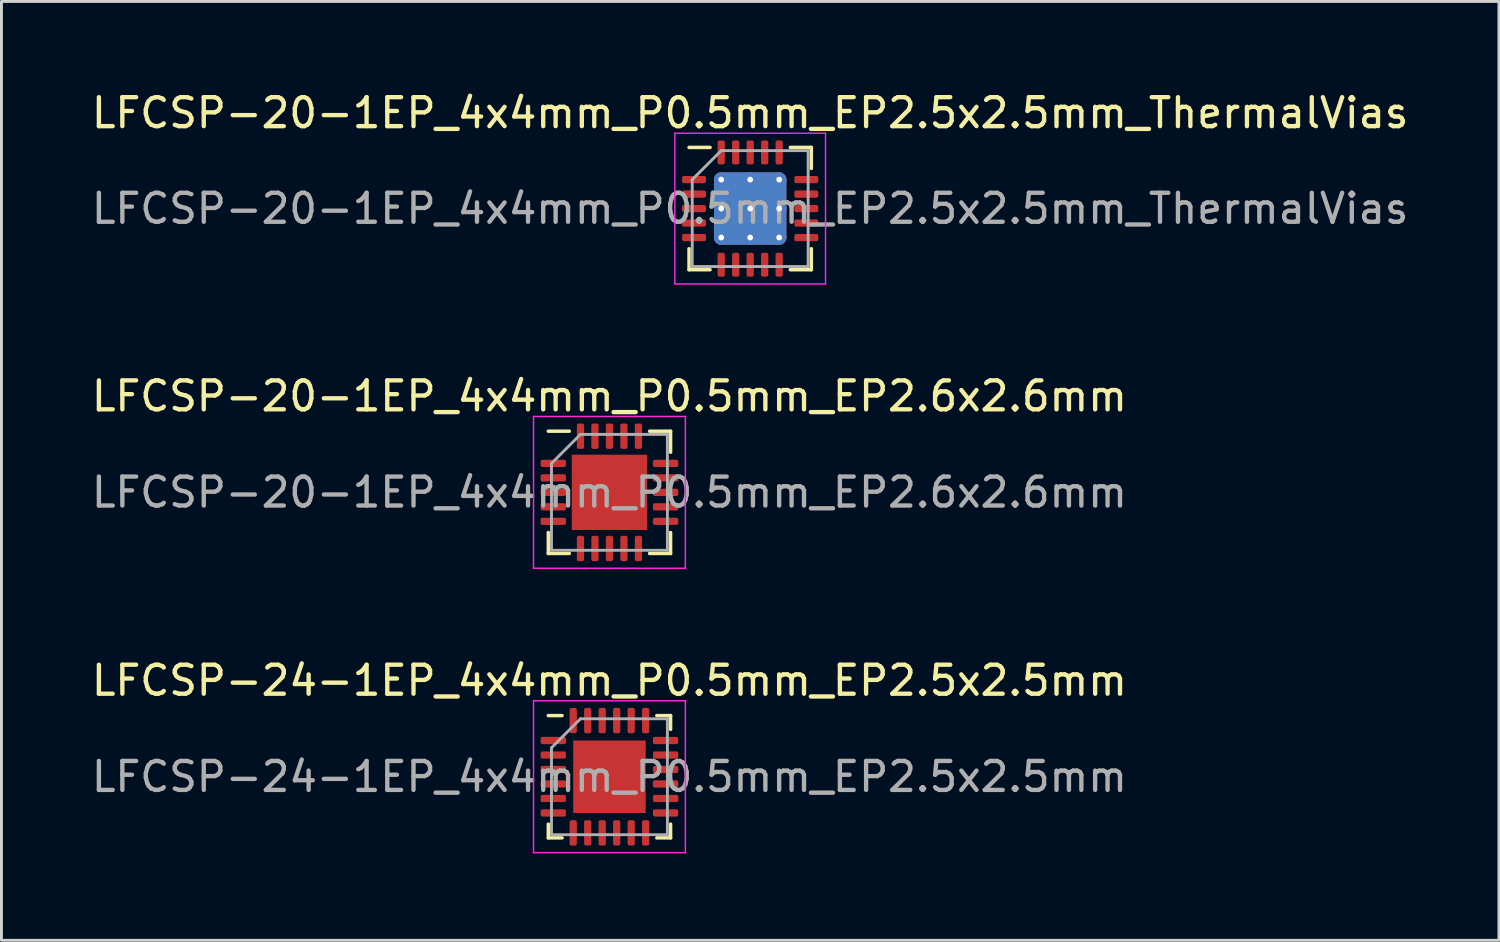
<source format=kicad_pcb>
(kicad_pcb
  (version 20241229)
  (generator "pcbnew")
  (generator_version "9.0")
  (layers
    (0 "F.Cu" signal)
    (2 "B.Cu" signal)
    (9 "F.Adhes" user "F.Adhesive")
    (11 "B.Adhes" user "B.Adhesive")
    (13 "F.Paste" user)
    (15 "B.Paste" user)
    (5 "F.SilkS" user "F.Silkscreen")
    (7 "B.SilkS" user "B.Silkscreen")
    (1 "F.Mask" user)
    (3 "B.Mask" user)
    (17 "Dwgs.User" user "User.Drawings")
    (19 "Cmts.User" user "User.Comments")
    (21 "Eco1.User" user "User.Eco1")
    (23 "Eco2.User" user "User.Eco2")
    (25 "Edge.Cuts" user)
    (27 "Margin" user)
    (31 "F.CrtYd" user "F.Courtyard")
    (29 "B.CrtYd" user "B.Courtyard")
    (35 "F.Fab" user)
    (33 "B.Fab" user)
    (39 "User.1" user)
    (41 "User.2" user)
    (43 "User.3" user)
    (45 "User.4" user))
  (footprint "LFCSP-20-1EP_4x4mm_P0.5mm_EP2.5x2.5mm_ThermalVias"
    (layer "F.Cu")
    (at 22.839 4.148)
    (property "Reference" "LFCSP-20-1EP_4x4mm_P0.5mm_EP2.5x2.5mm_ThermalVias" (at 0 -3.3 0) (layer "F.SilkS") (effects (font (size 1 1) (thickness 0.15))))
    (attr smd)
    (fp_line (start -2.11 2.11) (end -2.11 1.385) (stroke (width 0.12) (type solid)) (layer "F.SilkS"))
    (fp_line (start -1.385 -2.11) (end -2.11 -2.11) (stroke (width 0.12) (type solid)) (layer "F.SilkS"))
    (fp_line (start -1.385 2.11) (end -2.11 2.11) (stroke (width 0.12) (type solid)) (layer "F.SilkS"))
    (fp_line (start 1.385 -2.11) (end 2.11 -2.11) (stroke (width 0.12) (type solid)) (layer "F.SilkS"))
    (fp_line (start 1.385 2.11) (end 2.11 2.11) (stroke (width 0.12) (type solid)) (layer "F.SilkS"))
    (fp_line (start 2.11 -2.11) (end 2.11 -1.385) (stroke (width 0.12) (type solid)) (layer "F.SilkS"))
    (fp_line (start 2.11 2.11) (end 2.11 1.385) (stroke (width 0.12) (type solid)) (layer "F.SilkS"))
    (fp_line (start -2.6 -2.6) (end -2.6 2.6) (stroke (width 0.05) (type solid)) (layer "F.CrtYd"))
    (fp_line (start -2.6 2.6) (end 2.6 2.6) (stroke (width 0.05) (type solid)) (layer "F.CrtYd"))
    (fp_line (start 2.6 -2.6) (end -2.6 -2.6) (stroke (width 0.05) (type solid)) (layer "F.CrtYd"))
    (fp_line (start 2.6 2.6) (end 2.6 -2.6) (stroke (width 0.05) (type solid)) (layer "F.CrtYd"))
    (fp_line (start -2 -1) (end -1 -2) (stroke (width 0.1) (type solid)) (layer "F.Fab"))
    (fp_line (start -2 2) (end -2 -1) (stroke (width 0.1) (type solid)) (layer "F.Fab"))
    (fp_line (start -1 -2) (end 2 -2) (stroke (width 0.1) (type solid)) (layer "F.Fab"))
    (fp_line (start 2 -2) (end 2 2) (stroke (width 0.1) (type solid)) (layer "F.Fab"))
    (fp_line (start 2 2) (end -2 2) (stroke (width 0.1) (type solid)) (layer "F.Fab"))
    (fp_text user "${REFERENCE}" (at 0 0 0) (layer "F.Fab") (effects (font (size 1 1) (thickness 0.15))))
    (pad "" smd roundrect (at -0.625 -0.625) (size 1.08 1.08) (layers "F.Paste") (roundrect_rratio 0.231))
    (pad "" smd roundrect (at -0.625 0.625) (size 1.08 1.08) (layers "F.Paste") (roundrect_rratio 0.231))
    (pad "" smd roundrect (at 0.625 -0.625) (size 1.08 1.08) (layers "F.Paste") (roundrect_rratio 0.231))
    (pad "" smd roundrect (at 0.625 0.625) (size 1.08 1.08) (layers "F.Paste") (roundrect_rratio 0.231))
    (pad "1" smd roundrect (at -1.938 -1) (size 0.825 0.25) (layers "F.Cu" "F.Mask" "F.Paste") (roundrect_rratio 0.25))
    (pad "2" smd roundrect (at -1.938 -0.5) (size 0.825 0.25) (layers "F.Cu" "F.Mask" "F.Paste") (roundrect_rratio 0.25))
    (pad "3" smd roundrect (at -1.938 0) (size 0.825 0.25) (layers "F.Cu" "F.Mask" "F.Paste") (roundrect_rratio 0.25))
    (pad "4" smd roundrect (at -1.938 0.5) (size 0.825 0.25) (layers "F.Cu" "F.Mask" "F.Paste") (roundrect_rratio 0.25))
    (pad "5" smd roundrect (at -1.938 1) (size 0.825 0.25) (layers "F.Cu" "F.Mask" "F.Paste") (roundrect_rratio 0.25))
    (pad "6" smd roundrect (at -1 1.938) (size 0.25 0.825) (layers "F.Cu" "F.Mask" "F.Paste") (roundrect_rratio 0.25))
    (pad "7" smd roundrect (at -0.5 1.938) (size 0.25 0.825) (layers "F.Cu" "F.Mask" "F.Paste") (roundrect_rratio 0.25))
    (pad "8" smd roundrect (at 0 1.938) (size 0.25 0.825) (layers "F.Cu" "F.Mask" "F.Paste") (roundrect_rratio 0.25))
    (pad "9" smd roundrect (at 0.5 1.938) (size 0.25 0.825) (layers "F.Cu" "F.Mask" "F.Paste") (roundrect_rratio 0.25))
    (pad "10" smd roundrect (at 1 1.938) (size 0.25 0.825) (layers "F.Cu" "F.Mask" "F.Paste") (roundrect_rratio 0.25))
    (pad "11" smd roundrect (at 1.938 1) (size 0.825 0.25) (layers "F.Cu" "F.Mask" "F.Paste") (roundrect_rratio 0.25))
    (pad "12" smd roundrect (at 1.938 0.5) (size 0.825 0.25) (layers "F.Cu" "F.Mask" "F.Paste") (roundrect_rratio 0.25))
    (pad "13" smd roundrect (at 1.938 0) (size 0.825 0.25) (layers "F.Cu" "F.Mask" "F.Paste") (roundrect_rratio 0.25))
    (pad "14" smd roundrect (at 1.938 -0.5) (size 0.825 0.25) (layers "F.Cu" "F.Mask" "F.Paste") (roundrect_rratio 0.25))
    (pad "15" smd roundrect (at 1.938 -1) (size 0.825 0.25) (layers "F.Cu" "F.Mask" "F.Paste") (roundrect_rratio 0.25))
    (pad "16" smd roundrect (at 1 -1.938) (size 0.25 0.825) (layers "F.Cu" "F.Mask" "F.Paste") (roundrect_rratio 0.25))
    (pad "17" smd roundrect (at 0.5 -1.938) (size 0.25 0.825) (layers "F.Cu" "F.Mask" "F.Paste") (roundrect_rratio 0.25))
    (pad "18" smd roundrect (at 0 -1.938) (size 0.25 0.825) (layers "F.Cu" "F.Mask" "F.Paste") (roundrect_rratio 0.25))
    (pad "19" smd roundrect (at -0.5 -1.938) (size 0.25 0.825) (layers "F.Cu" "F.Mask" "F.Paste") (roundrect_rratio 0.25))
    (pad "20" smd roundrect (at -1 -1.938) (size 0.25 0.825) (layers "F.Cu" "F.Mask" "F.Paste") (roundrect_rratio 0.25))
    (pad "21" thru_hole circle (at -1 -1) (size 0.5 0.5) (drill 0.2) (layers "*.Cu"))
    (pad "21" thru_hole circle (at -1 0) (size 0.5 0.5) (drill 0.2) (layers "*.Cu"))
    (pad "21" thru_hole circle (at -1 1) (size 0.5 0.5) (drill 0.2) (layers "*.Cu"))
    (pad "21" thru_hole circle (at 0 -1) (size 0.5 0.5) (drill 0.2) (layers "*.Cu"))
    (pad "21" thru_hole circle (at 0 0) (size 0.5 0.5) (drill 0.2) (layers "*.Cu"))
    (pad "21" smd roundrect (at 0 0) (size 2.5 2.5) (layers "F.Cu" "F.Mask") (roundrect_rratio 0.1))
    (pad "21" smd roundrect (at 0 0) (size 2.5 2.5) (layers "B.Cu") (roundrect_rratio 0.1))
    (pad "21" thru_hole circle (at 0 1) (size 0.5 0.5) (drill 0.2) (layers "*.Cu"))
    (pad "21" thru_hole circle (at 1 -1) (size 0.5 0.5) (drill 0.2) (layers "*.Cu"))
    (pad "21" thru_hole circle (at 1 0) (size 0.5 0.5) (drill 0.2) (layers "*.Cu"))
    (pad "21" thru_hole circle (at 1 1) (size 0.5 0.5) (drill 0.2) (layers "*.Cu")))
  (footprint "LFCSP-20-1EP_4x4mm_P0.5mm_EP2.6x2.6mm"
    (layer "F.Cu")
    (at 17.982 13.941)
    (property "Reference" "LFCSP-20-1EP_4x4mm_P0.5mm_EP2.6x2.6mm" (at 0 -3.32 0) (layer "F.SilkS") (effects (font (size 1 1) (thickness 0.15))))
    (attr smd)
    (fp_line (start -2.11 2.11) (end -2.11 1.385) (stroke (width 0.12) (type solid)) (layer "F.SilkS"))
    (fp_line (start -1.385 -2.11) (end -2.11 -2.11) (stroke (width 0.12) (type solid)) (layer "F.SilkS"))
    (fp_line (start -1.385 2.11) (end -2.11 2.11) (stroke (width 0.12) (type solid)) (layer "F.SilkS"))
    (fp_line (start 1.385 -2.11) (end 2.11 -2.11) (stroke (width 0.12) (type solid)) (layer "F.SilkS"))
    (fp_line (start 1.385 2.11) (end 2.11 2.11) (stroke (width 0.12) (type solid)) (layer "F.SilkS"))
    (fp_line (start 2.11 -2.11) (end 2.11 -1.385) (stroke (width 0.12) (type solid)) (layer "F.SilkS"))
    (fp_line (start 2.11 2.11) (end 2.11 1.385) (stroke (width 0.12) (type solid)) (layer "F.SilkS"))
    (fp_line (start -2.62 -2.62) (end -2.62 2.62) (stroke (width 0.05) (type solid)) (layer "F.CrtYd"))
    (fp_line (start -2.62 2.62) (end 2.62 2.62) (stroke (width 0.05) (type solid)) (layer "F.CrtYd"))
    (fp_line (start 2.62 -2.62) (end -2.62 -2.62) (stroke (width 0.05) (type solid)) (layer "F.CrtYd"))
    (fp_line (start 2.62 2.62) (end 2.62 -2.62) (stroke (width 0.05) (type solid)) (layer "F.CrtYd"))
    (fp_line (start -2 -1) (end -1 -2) (stroke (width 0.1) (type solid)) (layer "F.Fab"))
    (fp_line (start -2 2) (end -2 -1) (stroke (width 0.1) (type solid)) (layer "F.Fab"))
    (fp_line (start -1 -2) (end 2 -2) (stroke (width 0.1) (type solid)) (layer "F.Fab"))
    (fp_line (start 2 -2) (end 2 2) (stroke (width 0.1) (type solid)) (layer "F.Fab"))
    (fp_line (start 2 2) (end -2 2) (stroke (width 0.1) (type solid)) (layer "F.Fab"))
    (fp_text user "${REFERENCE}" (at 0 0 0) (layer "F.Fab") (effects (font (size 1 1) (thickness 0.15))))
    (pad "" smd roundrect (at -0.65 -0.65) (size 1.05 1.05) (layers "F.Paste") (roundrect_rratio 0.238))
    (pad "" smd roundrect (at -0.65 0.65) (size 1.05 1.05) (layers "F.Paste") (roundrect_rratio 0.238))
    (pad "" smd roundrect (at 0.65 -0.65) (size 1.05 1.05) (layers "F.Paste") (roundrect_rratio 0.238))
    (pad "" smd roundrect (at 0.65 0.65) (size 1.05 1.05) (layers "F.Paste") (roundrect_rratio 0.238))
    (pad "1" smd roundrect (at -1.938 -1) (size 0.875 0.25) (layers "F.Cu" "F.Mask" "F.Paste") (roundrect_rratio 0.25))
    (pad "2" smd roundrect (at -1.938 -0.5) (size 0.875 0.25) (layers "F.Cu" "F.Mask" "F.Paste") (roundrect_rratio 0.25))
    (pad "3" smd roundrect (at -1.938 0) (size 0.875 0.25) (layers "F.Cu" "F.Mask" "F.Paste") (roundrect_rratio 0.25))
    (pad "4" smd roundrect (at -1.938 0.5) (size 0.875 0.25) (layers "F.Cu" "F.Mask" "F.Paste") (roundrect_rratio 0.25))
    (pad "5" smd roundrect (at -1.938 1) (size 0.875 0.25) (layers "F.Cu" "F.Mask" "F.Paste") (roundrect_rratio 0.25))
    (pad "6" smd roundrect (at -1 1.938) (size 0.25 0.875) (layers "F.Cu" "F.Mask" "F.Paste") (roundrect_rratio 0.25))
    (pad "7" smd roundrect (at -0.5 1.938) (size 0.25 0.875) (layers "F.Cu" "F.Mask" "F.Paste") (roundrect_rratio 0.25))
    (pad "8" smd roundrect (at 0 1.938) (size 0.25 0.875) (layers "F.Cu" "F.Mask" "F.Paste") (roundrect_rratio 0.25))
    (pad "9" smd roundrect (at 0.5 1.938) (size 0.25 0.875) (layers "F.Cu" "F.Mask" "F.Paste") (roundrect_rratio 0.25))
    (pad "10" smd roundrect (at 1 1.938) (size 0.25 0.875) (layers "F.Cu" "F.Mask" "F.Paste") (roundrect_rratio 0.25))
    (pad "11" smd roundrect (at 1.938 1) (size 0.875 0.25) (layers "F.Cu" "F.Mask" "F.Paste") (roundrect_rratio 0.25))
    (pad "12" smd roundrect (at 1.938 0.5) (size 0.875 0.25) (layers "F.Cu" "F.Mask" "F.Paste") (roundrect_rratio 0.25))
    (pad "13" smd roundrect (at 1.938 0) (size 0.875 0.25) (layers "F.Cu" "F.Mask" "F.Paste") (roundrect_rratio 0.25))
    (pad "14" smd roundrect (at 1.938 -0.5) (size 0.875 0.25) (layers "F.Cu" "F.Mask" "F.Paste") (roundrect_rratio 0.25))
    (pad "15" smd roundrect (at 1.938 -1) (size 0.875 0.25) (layers "F.Cu" "F.Mask" "F.Paste") (roundrect_rratio 0.25))
    (pad "16" smd roundrect (at 1 -1.938) (size 0.25 0.875) (layers "F.Cu" "F.Mask" "F.Paste") (roundrect_rratio 0.25))
    (pad "17" smd roundrect (at 0.5 -1.938) (size 0.25 0.875) (layers "F.Cu" "F.Mask" "F.Paste") (roundrect_rratio 0.25))
    (pad "18" smd roundrect (at 0 -1.938) (size 0.25 0.875) (layers "F.Cu" "F.Mask" "F.Paste") (roundrect_rratio 0.25))
    (pad "19" smd roundrect (at -0.5 -1.938) (size 0.25 0.875) (layers "F.Cu" "F.Mask" "F.Paste") (roundrect_rratio 0.25))
    (pad "20" smd roundrect (at -1 -1.938) (size 0.25 0.875) (layers "F.Cu" "F.Mask" "F.Paste") (roundrect_rratio 0.25))
    (pad "21" smd rect (at 0 0) (size 2.6 2.6) (layers "F.Cu" "F.Mask")))
  (footprint "LFCSP-24-1EP_4x4mm_P0.5mm_EP2.5x2.5mm"
    (layer "F.Cu")
    (at 17.982 23.755)
    (property "Reference" "LFCSP-24-1EP_4x4mm_P0.5mm_EP2.5x2.5mm" (at 0 -3.32 0) (layer "F.SilkS") (effects (font (size 1 1) (thickness 0.15))))
    (attr smd)
    (fp_line (start -2.11 2.11) (end -2.11 1.635) (stroke (width 0.12) (type solid)) (layer "F.SilkS"))
    (fp_line (start -1.635 -2.11) (end -2.11 -2.11) (stroke (width 0.12) (type solid)) (layer "F.SilkS"))
    (fp_line (start -1.635 2.11) (end -2.11 2.11) (stroke (width 0.12) (type solid)) (layer "F.SilkS"))
    (fp_line (start 1.635 -2.11) (end 2.11 -2.11) (stroke (width 0.12) (type solid)) (layer "F.SilkS"))
    (fp_line (start 1.635 2.11) (end 2.11 2.11) (stroke (width 0.12) (type solid)) (layer "F.SilkS"))
    (fp_line (start 2.11 -2.11) (end 2.11 -1.635) (stroke (width 0.12) (type solid)) (layer "F.SilkS"))
    (fp_line (start 2.11 2.11) (end 2.11 1.635) (stroke (width 0.12) (type solid)) (layer "F.SilkS"))
    (fp_line (start -2.62 -2.62) (end -2.62 2.62) (stroke (width 0.05) (type solid)) (layer "F.CrtYd"))
    (fp_line (start -2.62 2.62) (end 2.62 2.62) (stroke (width 0.05) (type solid)) (layer "F.CrtYd"))
    (fp_line (start 2.62 -2.62) (end -2.62 -2.62) (stroke (width 0.05) (type solid)) (layer "F.CrtYd"))
    (fp_line (start 2.62 2.62) (end 2.62 -2.62) (stroke (width 0.05) (type solid)) (layer "F.CrtYd"))
    (fp_line (start -2 -1) (end -1 -2) (stroke (width 0.1) (type solid)) (layer "F.Fab"))
    (fp_line (start -2 2) (end -2 -1) (stroke (width 0.1) (type solid)) (layer "F.Fab"))
    (fp_line (start -1 -2) (end 2 -2) (stroke (width 0.1) (type solid)) (layer "F.Fab"))
    (fp_line (start 2 -2) (end 2 2) (stroke (width 0.1) (type solid)) (layer "F.Fab"))
    (fp_line (start 2 2) (end -2 2) (stroke (width 0.1) (type solid)) (layer "F.Fab"))
    (fp_text user "${REFERENCE}" (at 0 0 0) (layer "F.Fab") (effects (font (size 1 1) (thickness 0.15))))
    (pad "" smd roundrect (at -0.625 -0.625) (size 1.01 1.01) (layers "F.Paste") (roundrect_rratio 0.248))
    (pad "" smd roundrect (at -0.625 0.625) (size 1.01 1.01) (layers "F.Paste") (roundrect_rratio 0.248))
    (pad "" smd roundrect (at 0.625 -0.625) (size 1.01 1.01) (layers "F.Paste") (roundrect_rratio 0.248))
    (pad "" smd roundrect (at 0.625 0.625) (size 1.01 1.01) (layers "F.Paste") (roundrect_rratio 0.248))
    (pad "1" smd roundrect (at -1.938 -1.25) (size 0.875 0.25) (layers "F.Cu" "F.Mask" "F.Paste") (roundrect_rratio 0.25))
    (pad "2" smd roundrect (at -1.938 -0.75) (size 0.875 0.25) (layers "F.Cu" "F.Mask" "F.Paste") (roundrect_rratio 0.25))
    (pad "3" smd roundrect (at -1.938 -0.25) (size 0.875 0.25) (layers "F.Cu" "F.Mask" "F.Paste") (roundrect_rratio 0.25))
    (pad "4" smd roundrect (at -1.938 0.25) (size 0.875 0.25) (layers "F.Cu" "F.Mask" "F.Paste") (roundrect_rratio 0.25))
    (pad "5" smd roundrect (at -1.938 0.75) (size 0.875 0.25) (layers "F.Cu" "F.Mask" "F.Paste") (roundrect_rratio 0.25))
    (pad "6" smd roundrect (at -1.938 1.25) (size 0.875 0.25) (layers "F.Cu" "F.Mask" "F.Paste") (roundrect_rratio 0.25))
    (pad "7" smd roundrect (at -1.25 1.938) (size 0.25 0.875) (layers "F.Cu" "F.Mask" "F.Paste") (roundrect_rratio 0.25))
    (pad "8" smd roundrect (at -0.75 1.938) (size 0.25 0.875) (layers "F.Cu" "F.Mask" "F.Paste") (roundrect_rratio 0.25))
    (pad "9" smd roundrect (at -0.25 1.938) (size 0.25 0.875) (layers "F.Cu" "F.Mask" "F.Paste") (roundrect_rratio 0.25))
    (pad "10" smd roundrect (at 0.25 1.938) (size 0.25 0.875) (layers "F.Cu" "F.Mask" "F.Paste") (roundrect_rratio 0.25))
    (pad "11" smd roundrect (at 0.75 1.938) (size 0.25 0.875) (layers "F.Cu" "F.Mask" "F.Paste") (roundrect_rratio 0.25))
    (pad "12" smd roundrect (at 1.25 1.938) (size 0.25 0.875) (layers "F.Cu" "F.Mask" "F.Paste") (roundrect_rratio 0.25))
    (pad "13" smd roundrect (at 1.938 1.25) (size 0.875 0.25) (layers "F.Cu" "F.Mask" "F.Paste") (roundrect_rratio 0.25))
    (pad "14" smd roundrect (at 1.938 0.75) (size 0.875 0.25) (layers "F.Cu" "F.Mask" "F.Paste") (roundrect_rratio 0.25))
    (pad "15" smd roundrect (at 1.938 0.25) (size 0.875 0.25) (layers "F.Cu" "F.Mask" "F.Paste") (roundrect_rratio 0.25))
    (pad "16" smd roundrect (at 1.938 -0.25) (size 0.875 0.25) (layers "F.Cu" "F.Mask" "F.Paste") (roundrect_rratio 0.25))
    (pad "17" smd roundrect (at 1.938 -0.75) (size 0.875 0.25) (layers "F.Cu" "F.Mask" "F.Paste") (roundrect_rratio 0.25))
    (pad "18" smd roundrect (at 1.938 -1.25) (size 0.875 0.25) (layers "F.Cu" "F.Mask" "F.Paste") (roundrect_rratio 0.25))
    (pad "19" smd roundrect (at 1.25 -1.938) (size 0.25 0.875) (layers "F.Cu" "F.Mask" "F.Paste") (roundrect_rratio 0.25))
    (pad "20" smd roundrect (at 0.75 -1.938) (size 0.25 0.875) (layers "F.Cu" "F.Mask" "F.Paste") (roundrect_rratio 0.25))
    (pad "21" smd roundrect (at 0.25 -1.938) (size 0.25 0.875) (layers "F.Cu" "F.Mask" "F.Paste") (roundrect_rratio 0.25))
    (pad "22" smd roundrect (at -0.25 -1.938) (size 0.25 0.875) (layers "F.Cu" "F.Mask" "F.Paste") (roundrect_rratio 0.25))
    (pad "23" smd roundrect (at -0.75 -1.938) (size 0.25 0.875) (layers "F.Cu" "F.Mask" "F.Paste") (roundrect_rratio 0.25))
    (pad "24" smd roundrect (at -1.25 -1.938) (size 0.25 0.875) (layers "F.Cu" "F.Mask" "F.Paste") (roundrect_rratio 0.25))
    (pad "25" smd rect (at 0 0) (size 2.5 2.5) (layers "F.Cu" "F.Mask")))
  (gr_rect
    (start -3 -3)
    (end 48.679 29.4)
    (stroke (width 0.1) (type default))
    (fill no)
    (layer "Edge.Cuts")))
</source>
